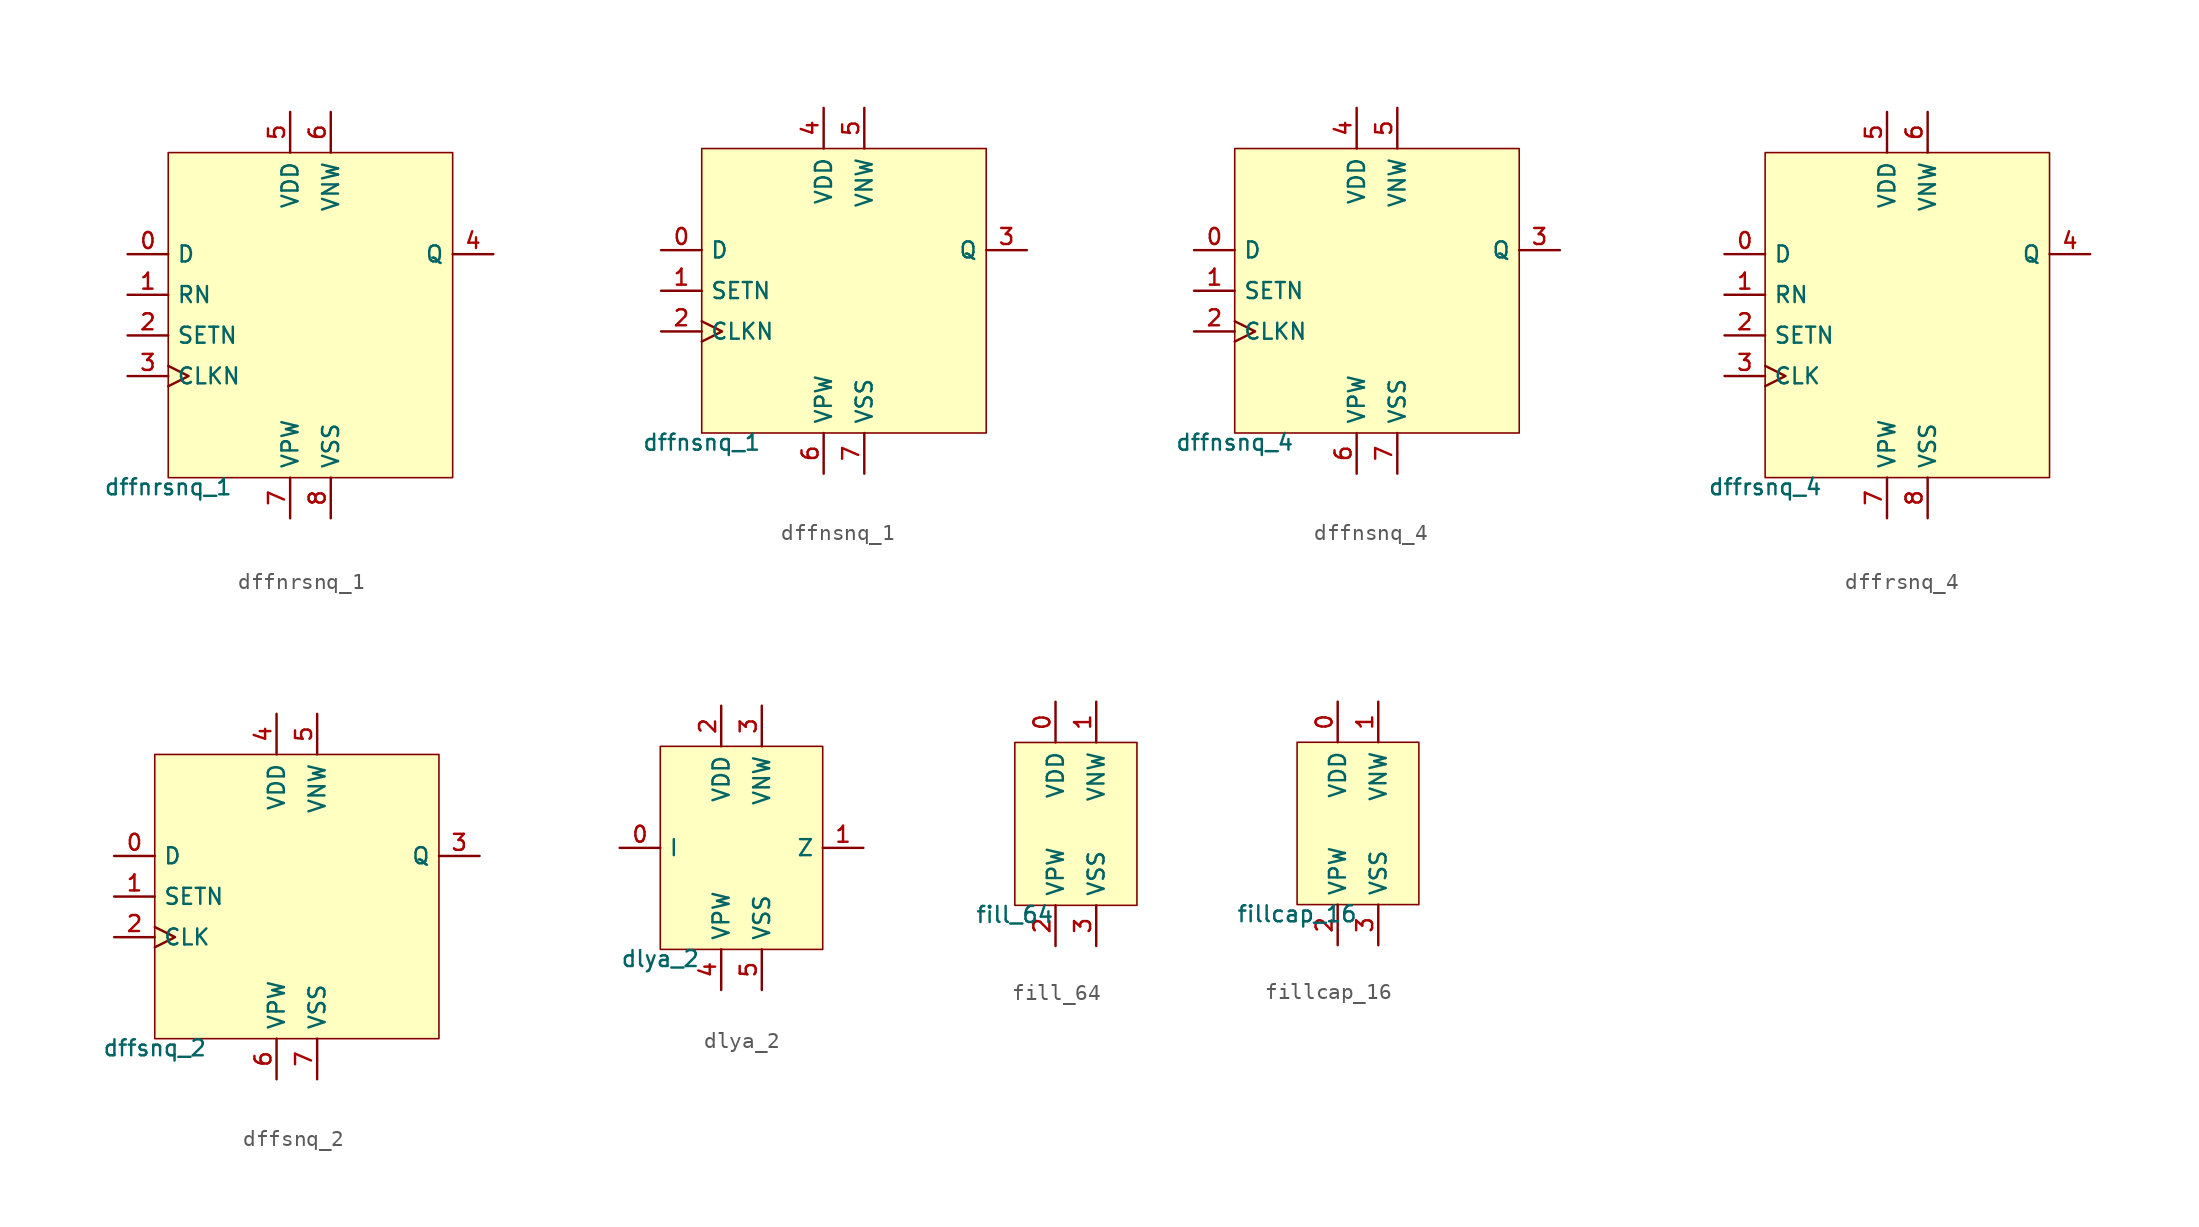
<source format=kicad_sym>
(kicad_symbol_lib
  (version 20211014)
  (generator pdk2kicad)
  (symbol "dffnrsnq_1"
    (property "Reference" "X"
      (at 0 0 0)
      (effects (font (size 1 1)) hide))
    (property "Value" "dffnrsnq_1"
      (at -8.89 -10.16 0)
      (effects (font (size 1 1)) (justify top)))
    (rectangle
      (start -8.89 -10.16)
      (end 8.89 10.16)
      (stroke (width 0.1) (type solid) (color 0 0 0 0))
      (fill (type background)))
    (pin input line
      (at -11.43 3.81 0)
      (length 2.54)
      (name "D" (effects (font (size 1 1)) hide))
      (number "0" (effects (font (size 1 1)) hide)))
    (pin input line
      (at -11.43 1.27 0)
      (length 2.54)
      (name "RN" (effects (font (size 1 1)) hide))
      (number "1" (effects (font (size 1 1)) hide)))
    (pin input line
      (at -11.43 -1.27 0)
      (length 2.54)
      (name "SETN" (effects (font (size 1 1)) hide))
      (number "2" (effects (font (size 1 1)) hide)))
    (pin input clock
      (at -11.43 -3.81 0)
      (length 2.54)
      (name "CLKN" (effects (font (size 1 1)) hide))
      (number "3" (effects (font (size 1 1)) hide)))
    (pin output line
      (at 11.43 3.81 180)
      (length 2.54)
      (name "Q" (effects (font (size 1 1)) hide))
      (number "4" (effects (font (size 1 1)) hide)))
    (pin power_in line
      (at -1.27 12.7 270)
      (length 2.54)
      (name "VDD" (effects (font (size 1 1)) hide))
      (number "5" (effects (font (size 1 1)) hide)))
    (pin power_in line
      (at 1.27 12.7 270)
      (length 2.54)
      (name "VNW" (effects (font (size 1 1)) hide))
      (number "6" (effects (font (size 1 1)) hide)))
    (pin power_in line
      (at -1.27 -12.7 90)
      (length 2.54)
      (name "VPW" (effects (font (size 1 1)) hide))
      (number "7" (effects (font (size 1 1)) hide)))
    (pin power_in line
      (at 1.27 -12.7 90)
      (length 2.54)
      (name "VSS" (effects (font (size 1 1)) hide))
      (number "8" (effects (font (size 1 1)) hide))))
  (symbol "dffnsnq_1"
    (property "Reference" "X"
      (at 0 0 0)
      (effects (font (size 1 1)) hide))
    (property "Value" "dffnsnq_1"
      (at -8.89 -8.89 0)
      (effects (font (size 1 1)) (justify top)))
    (rectangle
      (start -8.89 -8.89)
      (end 8.89 8.89)
      (stroke (width 0.1) (type solid) (color 0 0 0 0))
      (fill (type background)))
    (pin input line
      (at -11.43 2.54 0)
      (length 2.54)
      (name "D" (effects (font (size 1 1)) hide))
      (number "0" (effects (font (size 1 1)) hide)))
    (pin input line
      (at -11.43 4.440892098500626e-16 0)
      (length 2.54)
      (name "SETN" (effects (font (size 1 1)) hide))
      (number "1" (effects (font (size 1 1)) hide)))
    (pin input clock
      (at -11.43 -2.54 0)
      (length 2.54)
      (name "CLKN" (effects (font (size 1 1)) hide))
      (number "2" (effects (font (size 1 1)) hide)))
    (pin output line
      (at 11.43 2.54 180)
      (length 2.54)
      (name "Q" (effects (font (size 1 1)) hide))
      (number "3" (effects (font (size 1 1)) hide)))
    (pin power_in line
      (at -1.27 11.43 270)
      (length 2.54)
      (name "VDD" (effects (font (size 1 1)) hide))
      (number "4" (effects (font (size 1 1)) hide)))
    (pin power_in line
      (at 1.27 11.43 270)
      (length 2.54)
      (name "VNW" (effects (font (size 1 1)) hide))
      (number "5" (effects (font (size 1 1)) hide)))
    (pin power_in line
      (at -1.27 -11.43 90)
      (length 2.54)
      (name "VPW" (effects (font (size 1 1)) hide))
      (number "6" (effects (font (size 1 1)) hide)))
    (pin power_in line
      (at 1.27 -11.43 90)
      (length 2.54)
      (name "VSS" (effects (font (size 1 1)) hide))
      (number "7" (effects (font (size 1 1)) hide))))
  (symbol "dffnsnq_4"
    (property "Reference" "X"
      (at 0 0 0)
      (effects (font (size 1 1)) hide))
    (property "Value" "dffnsnq_4"
      (at -8.89 -8.89 0)
      (effects (font (size 1 1)) (justify top)))
    (rectangle
      (start -8.89 -8.89)
      (end 8.89 8.89)
      (stroke (width 0.1) (type solid) (color 0 0 0 0))
      (fill (type background)))
    (pin input line
      (at -11.43 2.54 0)
      (length 2.54)
      (name "D" (effects (font (size 1 1)) hide))
      (number "0" (effects (font (size 1 1)) hide)))
    (pin input line
      (at -11.43 4.440892098500626e-16 0)
      (length 2.54)
      (name "SETN" (effects (font (size 1 1)) hide))
      (number "1" (effects (font (size 1 1)) hide)))
    (pin input clock
      (at -11.43 -2.54 0)
      (length 2.54)
      (name "CLKN" (effects (font (size 1 1)) hide))
      (number "2" (effects (font (size 1 1)) hide)))
    (pin output line
      (at 11.43 2.54 180)
      (length 2.54)
      (name "Q" (effects (font (size 1 1)) hide))
      (number "3" (effects (font (size 1 1)) hide)))
    (pin power_in line
      (at -1.27 11.43 270)
      (length 2.54)
      (name "VDD" (effects (font (size 1 1)) hide))
      (number "4" (effects (font (size 1 1)) hide)))
    (pin power_in line
      (at 1.27 11.43 270)
      (length 2.54)
      (name "VNW" (effects (font (size 1 1)) hide))
      (number "5" (effects (font (size 1 1)) hide)))
    (pin power_in line
      (at -1.27 -11.43 90)
      (length 2.54)
      (name "VPW" (effects (font (size 1 1)) hide))
      (number "6" (effects (font (size 1 1)) hide)))
    (pin power_in line
      (at 1.27 -11.43 90)
      (length 2.54)
      (name "VSS" (effects (font (size 1 1)) hide))
      (number "7" (effects (font (size 1 1)) hide))))
  (symbol "dffrsnq_4"
    (property "Reference" "X"
      (at 0 0 0)
      (effects (font (size 1 1)) hide))
    (property "Value" "dffrsnq_4"
      (at -8.89 -10.16 0)
      (effects (font (size 1 1)) (justify top)))
    (rectangle
      (start -8.89 -10.16)
      (end 8.89 10.16)
      (stroke (width 0.1) (type solid) (color 0 0 0 0))
      (fill (type background)))
    (pin input line
      (at -11.43 3.81 0)
      (length 2.54)
      (name "D" (effects (font (size 1 1)) hide))
      (number "0" (effects (font (size 1 1)) hide)))
    (pin input line
      (at -11.43 1.27 0)
      (length 2.54)
      (name "RN" (effects (font (size 1 1)) hide))
      (number "1" (effects (font (size 1 1)) hide)))
    (pin input line
      (at -11.43 -1.27 0)
      (length 2.54)
      (name "SETN" (effects (font (size 1 1)) hide))
      (number "2" (effects (font (size 1 1)) hide)))
    (pin input clock
      (at -11.43 -3.81 0)
      (length 2.54)
      (name "CLK" (effects (font (size 1 1)) hide))
      (number "3" (effects (font (size 1 1)) hide)))
    (pin output line
      (at 11.43 3.81 180)
      (length 2.54)
      (name "Q" (effects (font (size 1 1)) hide))
      (number "4" (effects (font (size 1 1)) hide)))
    (pin power_in line
      (at -1.27 12.7 270)
      (length 2.54)
      (name "VDD" (effects (font (size 1 1)) hide))
      (number "5" (effects (font (size 1 1)) hide)))
    (pin power_in line
      (at 1.27 12.7 270)
      (length 2.54)
      (name "VNW" (effects (font (size 1 1)) hide))
      (number "6" (effects (font (size 1 1)) hide)))
    (pin power_in line
      (at -1.27 -12.7 90)
      (length 2.54)
      (name "VPW" (effects (font (size 1 1)) hide))
      (number "7" (effects (font (size 1 1)) hide)))
    (pin power_in line
      (at 1.27 -12.7 90)
      (length 2.54)
      (name "VSS" (effects (font (size 1 1)) hide))
      (number "8" (effects (font (size 1 1)) hide))))
  (symbol "dffsnq_2"
    (property "Reference" "X"
      (at 0 0 0)
      (effects (font (size 1 1)) hide))
    (property "Value" "dffsnq_2"
      (at -8.89 -8.89 0)
      (effects (font (size 1 1)) (justify top)))
    (rectangle
      (start -8.89 -8.89)
      (end 8.89 8.89)
      (stroke (width 0.1) (type solid) (color 0 0 0 0))
      (fill (type background)))
    (pin input line
      (at -11.43 2.54 0)
      (length 2.54)
      (name "D" (effects (font (size 1 1)) hide))
      (number "0" (effects (font (size 1 1)) hide)))
    (pin input line
      (at -11.43 4.440892098500626e-16 0)
      (length 2.54)
      (name "SETN" (effects (font (size 1 1)) hide))
      (number "1" (effects (font (size 1 1)) hide)))
    (pin input clock
      (at -11.43 -2.54 0)
      (length 2.54)
      (name "CLK" (effects (font (size 1 1)) hide))
      (number "2" (effects (font (size 1 1)) hide)))
    (pin output line
      (at 11.43 2.54 180)
      (length 2.54)
      (name "Q" (effects (font (size 1 1)) hide))
      (number "3" (effects (font (size 1 1)) hide)))
    (pin power_in line
      (at -1.27 11.43 270)
      (length 2.54)
      (name "VDD" (effects (font (size 1 1)) hide))
      (number "4" (effects (font (size 1 1)) hide)))
    (pin power_in line
      (at 1.27 11.43 270)
      (length 2.54)
      (name "VNW" (effects (font (size 1 1)) hide))
      (number "5" (effects (font (size 1 1)) hide)))
    (pin power_in line
      (at -1.27 -11.43 90)
      (length 2.54)
      (name "VPW" (effects (font (size 1 1)) hide))
      (number "6" (effects (font (size 1 1)) hide)))
    (pin power_in line
      (at 1.27 -11.43 90)
      (length 2.54)
      (name "VSS" (effects (font (size 1 1)) hide))
      (number "7" (effects (font (size 1 1)) hide))))
  (symbol "dlya_2"
    (property "Reference" "X"
      (at 0 0 0)
      (effects (font (size 1 1)) hide))
    (property "Value" "dlya_2"
      (at -5.08 -6.35 0)
      (effects (font (size 1 1)) (justify top)))
    (rectangle
      (start -5.08 -6.35)
      (end 5.08 6.35)
      (stroke (width 0.1) (type solid) (color 0 0 0 0))
      (fill (type background)))
    (pin input line
      (at -7.62 -4.440892098500626e-16 0)
      (length 2.54)
      (name "I" (effects (font (size 1 1)) hide))
      (number "0" (effects (font (size 1 1)) hide)))
    (pin output line
      (at 7.62 -4.440892098500626e-16 180)
      (length 2.54)
      (name "Z" (effects (font (size 1 1)) hide))
      (number "1" (effects (font (size 1 1)) hide)))
    (pin power_in line
      (at -1.27 8.89 270)
      (length 2.54)
      (name "VDD" (effects (font (size 1 1)) hide))
      (number "2" (effects (font (size 1 1)) hide)))
    (pin power_in line
      (at 1.27 8.89 270)
      (length 2.54)
      (name "VNW" (effects (font (size 1 1)) hide))
      (number "3" (effects (font (size 1 1)) hide)))
    (pin power_in line
      (at -1.27 -8.89 90)
      (length 2.54)
      (name "VPW" (effects (font (size 1 1)) hide))
      (number "4" (effects (font (size 1 1)) hide)))
    (pin power_in line
      (at 1.27 -8.89 90)
      (length 2.54)
      (name "VSS" (effects (font (size 1 1)) hide))
      (number "5" (effects (font (size 1 1)) hide))))
  (symbol "fill_64"
    (property "Reference" "X"
      (at 0 0 0)
      (effects (font (size 1 1)) hide))
    (property "Value" "fill_64"
      (at -3.81 -5.08 0)
      (effects (font (size 1 1)) (justify top)))
    (rectangle
      (start -3.81 -5.08)
      (end 3.81 5.08)
      (stroke (width 0.1) (type solid) (color 0 0 0 0))
      (fill (type background)))
    (pin power_in line
      (at -1.27 7.62 270)
      (length 2.54)
      (name "VDD" (effects (font (size 1 1)) hide))
      (number "0" (effects (font (size 1 1)) hide)))
    (pin power_in line
      (at 1.27 7.62 270)
      (length 2.54)
      (name "VNW" (effects (font (size 1 1)) hide))
      (number "1" (effects (font (size 1 1)) hide)))
    (pin power_in line
      (at -1.27 -7.62 90)
      (length 2.54)
      (name "VPW" (effects (font (size 1 1)) hide))
      (number "2" (effects (font (size 1 1)) hide)))
    (pin power_in line
      (at 1.27 -7.62 90)
      (length 2.54)
      (name "VSS" (effects (font (size 1 1)) hide))
      (number "3" (effects (font (size 1 1)) hide))))
  (symbol "fillcap_16"
    (property "Reference" "X"
      (at 0 0 0)
      (effects (font (size 1 1)) hide))
    (property "Value" "fillcap_16"
      (at -3.81 -5.08 0)
      (effects (font (size 1 1)) (justify top)))
    (rectangle
      (start -3.81 -5.08)
      (end 3.81 5.08)
      (stroke (width 0.1) (type solid) (color 0 0 0 0))
      (fill (type background)))
    (pin power_in line
      (at -1.27 7.62 270)
      (length 2.54)
      (name "VDD" (effects (font (size 1 1)) hide))
      (number "0" (effects (font (size 1 1)) hide)))
    (pin power_in line
      (at 1.27 7.62 270)
      (length 2.54)
      (name "VNW" (effects (font (size 1 1)) hide))
      (number "1" (effects (font (size 1 1)) hide)))
    (pin power_in line
      (at -1.27 -7.62 90)
      (length 2.54)
      (name "VPW" (effects (font (size 1 1)) hide))
      (number "2" (effects (font (size 1 1)) hide)))
    (pin power_in line
      (at 1.27 -7.62 90)
      (length 2.54)
      (name "VSS" (effects (font (size 1 1)) hide))
      (number "3" (effects (font (size 1 1)) hide)))))
</source>
